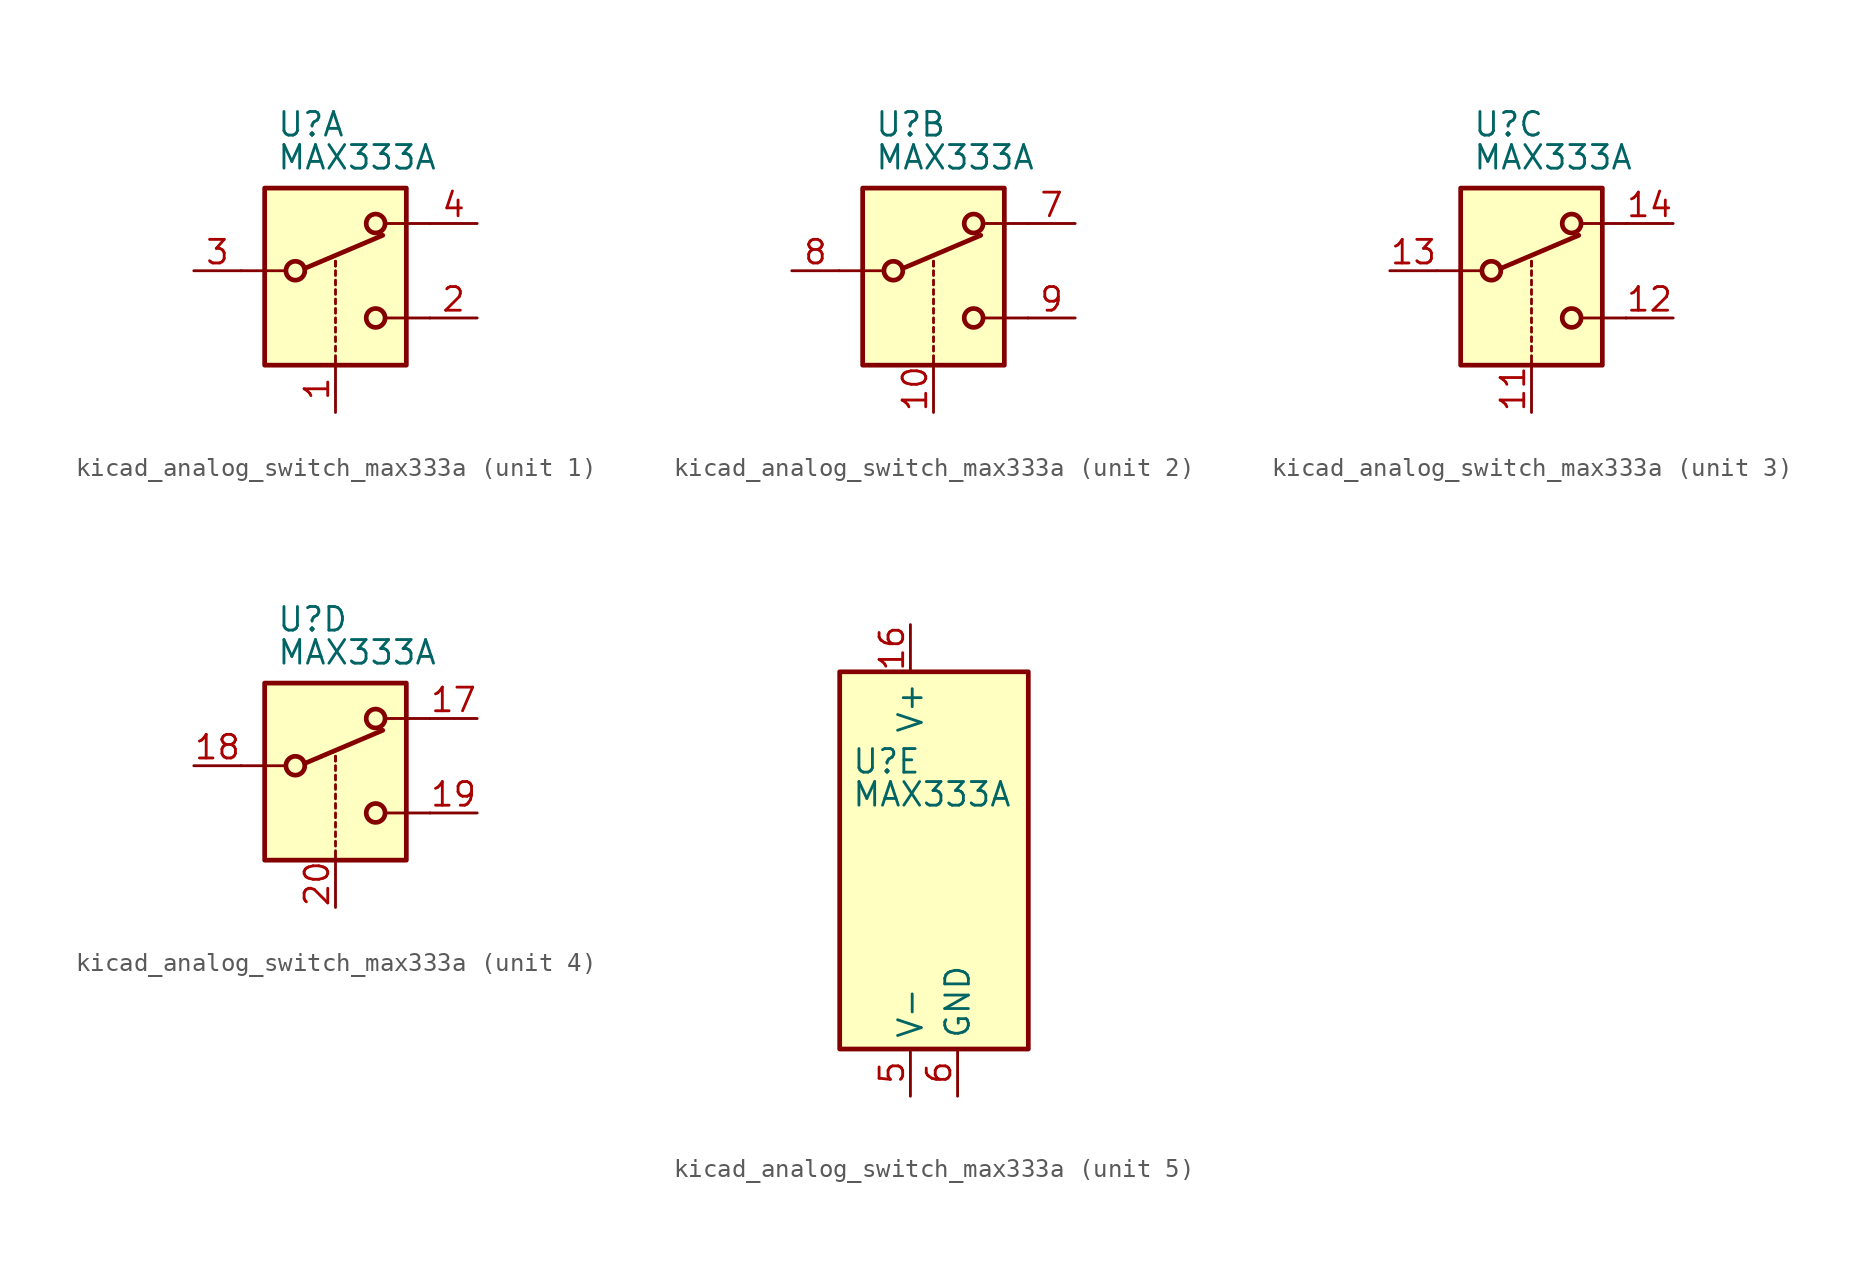
<source format=kicad_sym>
(kicad_symbol_lib
  (version 20220914)
  (generator kicad_symbol_editor)
  (symbol "kicad_analog_switch_max333a"
    (property "Reference" "U"
      (at -3.175 5.334 0)
      (effects (font (size 1.27 1.27)) (justify left)))
    (property "Value" "MAX333A"
      (at -3.175 3.556 0)
      (effects (font (size 1.27 1.27)) (justify left)))
    (symbol "kicad_analog_switch_max333a_1_1"
      (rectangle (start -3.81 1.905) (end 3.81 -7.62) (stroke (width 0.254) (type default)) (fill (type background)))
      (circle (center -2.159 -2.54) (radius 0.508) (stroke (width 0.254) (type default)) (fill (type none)))
      (polyline (pts (xy -5.08 -2.54) (xy -2.794 -2.54)) (stroke (width 0) (type default)) (fill (type none)))
      (polyline (pts (xy -1.651 -2.413) (xy 2.54 -0.635)) (stroke (width 0.254) (type default)) (fill (type none)))
      (polyline (pts (xy 0 -7.62) (xy 0 -7.112)) (stroke (width 0) (type default)) (fill (type none)))
      (polyline (pts (xy 0 -6.858) (xy 0 -6.604)) (stroke (width 0) (type default)) (fill (type none)))
      (polyline (pts (xy 0 -6.35) (xy 0 -6.096)) (stroke (width 0) (type default)) (fill (type none)))
      (polyline (pts (xy 0 -5.842) (xy 0 -5.588)) (stroke (width 0) (type default)) (fill (type none)))
      (polyline (pts (xy 0 -5.334) (xy 0 -5.08)) (stroke (width 0) (type default)) (fill (type none)))
      (polyline (pts (xy 0 -4.826) (xy 0 -4.572)) (stroke (width 0) (type default)) (fill (type none)))
      (polyline (pts (xy 0 -4.318) (xy 0 -4.064)) (stroke (width 0) (type default)) (fill (type none)))
      (polyline (pts (xy 0 -3.81) (xy 0 -3.556)) (stroke (width 0) (type default)) (fill (type none)))
      (polyline (pts (xy 0 -3.302) (xy 0 -3.048)) (stroke (width 0) (type default)) (fill (type none)))
      (polyline (pts (xy 0 -2.794) (xy 0 -2.54)) (stroke (width 0) (type default)) (fill (type none)))
      (polyline (pts (xy 0 -2.286) (xy 0 -2.032)) (stroke (width 0) (type default)) (fill (type none)))
      (polyline (pts (xy 0 -2.286) (xy 0 -2.032)) (stroke (width 0) (type default)) (fill (type none)))
      (polyline (pts (xy 5.08 -5.08) (xy 2.794 -5.08)) (stroke (width 0) (type default)) (fill (type none)))
      (polyline (pts (xy 5.08 0) (xy 2.794 0)) (stroke (width 0) (type default)) (fill (type none)))
      (circle (center 2.159 -5.08) (radius 0.508) (stroke (width 0.254) (type default)) (fill (type none)))
      (circle (center 2.159 0) (radius 0.508) (stroke (width 0.254) (type default)) (fill (type none)))
      (pin input line (at 0 -10.16 90) (length 2.54) (name "~" (effects (font (size 1.27 1.27)))) (number "1" (effects (font (size 1.27 1.27)))))
      (pin passive line (at 7.62 -5.08 180) (length 2.54) (name "~" (effects (font (size 1.27 1.27)))) (number "2" (effects (font (size 1.27 1.27)))))
      (pin passive line (at -7.62 -2.54 0) (length 2.54) (name "~" (effects (font (size 1.27 1.27)))) (number "3" (effects (font (size 1.27 1.27)))))
      (pin passive line (at 7.62 0 180) (length 2.54) (name "~" (effects (font (size 1.27 1.27)))) (number "4" (effects (font (size 1.27 1.27))))))
    (symbol "kicad_analog_switch_max333a_2_1"
      (rectangle (start -3.81 1.905) (end 3.81 -7.62) (stroke (width 0.254) (type default)) (fill (type background)))
      (circle (center -2.159 -2.54) (radius 0.508) (stroke (width 0.254) (type default)) (fill (type none)))
      (polyline (pts (xy -5.08 -2.54) (xy -2.794 -2.54)) (stroke (width 0) (type default)) (fill (type none)))
      (polyline (pts (xy -1.651 -2.413) (xy 2.54 -0.635)) (stroke (width 0.254) (type default)) (fill (type none)))
      (polyline (pts (xy 0 -7.62) (xy 0 -7.112)) (stroke (width 0) (type default)) (fill (type none)))
      (polyline (pts (xy 0 -6.858) (xy 0 -6.604)) (stroke (width 0) (type default)) (fill (type none)))
      (polyline (pts (xy 0 -6.35) (xy 0 -6.096)) (stroke (width 0) (type default)) (fill (type none)))
      (polyline (pts (xy 0 -5.842) (xy 0 -5.588)) (stroke (width 0) (type default)) (fill (type none)))
      (polyline (pts (xy 0 -5.334) (xy 0 -5.08)) (stroke (width 0) (type default)) (fill (type none)))
      (polyline (pts (xy 0 -4.826) (xy 0 -4.572)) (stroke (width 0) (type default)) (fill (type none)))
      (polyline (pts (xy 0 -4.318) (xy 0 -4.064)) (stroke (width 0) (type default)) (fill (type none)))
      (polyline (pts (xy 0 -3.81) (xy 0 -3.556)) (stroke (width 0) (type default)) (fill (type none)))
      (polyline (pts (xy 0 -3.302) (xy 0 -3.048)) (stroke (width 0) (type default)) (fill (type none)))
      (polyline (pts (xy 0 -2.794) (xy 0 -2.54)) (stroke (width 0) (type default)) (fill (type none)))
      (polyline (pts (xy 0 -2.286) (xy 0 -2.032)) (stroke (width 0) (type default)) (fill (type none)))
      (polyline (pts (xy 0 -2.286) (xy 0 -2.032)) (stroke (width 0) (type default)) (fill (type none)))
      (polyline (pts (xy 5.08 -5.08) (xy 2.794 -5.08)) (stroke (width 0) (type default)) (fill (type none)))
      (polyline (pts (xy 5.08 0) (xy 2.794 0)) (stroke (width 0) (type default)) (fill (type none)))
      (circle (center 2.159 -5.08) (radius 0.508) (stroke (width 0.254) (type default)) (fill (type none)))
      (circle (center 2.159 0) (radius 0.508) (stroke (width 0.254) (type default)) (fill (type none)))
      (pin input line (at 0 -10.16 90) (length 2.54) (name "~" (effects (font (size 1.27 1.27)))) (number "10" (effects (font (size 1.27 1.27)))))
      (pin passive line (at 7.62 0 180) (length 2.54) (name "~" (effects (font (size 1.27 1.27)))) (number "7" (effects (font (size 1.27 1.27)))))
      (pin passive line (at -7.62 -2.54 0) (length 2.54) (name "~" (effects (font (size 1.27 1.27)))) (number "8" (effects (font (size 1.27 1.27)))))
      (pin passive line (at 7.62 -5.08 180) (length 2.54) (name "~" (effects (font (size 1.27 1.27)))) (number "9" (effects (font (size 1.27 1.27))))))
    (symbol "kicad_analog_switch_max333a_3_1"
      (rectangle (start -3.81 1.905) (end 3.81 -7.62) (stroke (width 0.254) (type default)) (fill (type background)))
      (circle (center -2.159 -2.54) (radius 0.508) (stroke (width 0.254) (type default)) (fill (type none)))
      (polyline (pts (xy -5.08 -2.54) (xy -2.794 -2.54)) (stroke (width 0) (type default)) (fill (type none)))
      (polyline (pts (xy -1.651 -2.413) (xy 2.54 -0.635)) (stroke (width 0.254) (type default)) (fill (type none)))
      (polyline (pts (xy 0 -7.62) (xy 0 -7.112)) (stroke (width 0) (type default)) (fill (type none)))
      (polyline (pts (xy 0 -6.858) (xy 0 -6.604)) (stroke (width 0) (type default)) (fill (type none)))
      (polyline (pts (xy 0 -6.35) (xy 0 -6.096)) (stroke (width 0) (type default)) (fill (type none)))
      (polyline (pts (xy 0 -5.842) (xy 0 -5.588)) (stroke (width 0) (type default)) (fill (type none)))
      (polyline (pts (xy 0 -5.334) (xy 0 -5.08)) (stroke (width 0) (type default)) (fill (type none)))
      (polyline (pts (xy 0 -4.826) (xy 0 -4.572)) (stroke (width 0) (type default)) (fill (type none)))
      (polyline (pts (xy 0 -4.318) (xy 0 -4.064)) (stroke (width 0) (type default)) (fill (type none)))
      (polyline (pts (xy 0 -3.81) (xy 0 -3.556)) (stroke (width 0) (type default)) (fill (type none)))
      (polyline (pts (xy 0 -3.302) (xy 0 -3.048)) (stroke (width 0) (type default)) (fill (type none)))
      (polyline (pts (xy 0 -2.794) (xy 0 -2.54)) (stroke (width 0) (type default)) (fill (type none)))
      (polyline (pts (xy 0 -2.286) (xy 0 -2.032)) (stroke (width 0) (type default)) (fill (type none)))
      (polyline (pts (xy 0 -2.286) (xy 0 -2.032)) (stroke (width 0) (type default)) (fill (type none)))
      (polyline (pts (xy 5.08 -5.08) (xy 2.794 -5.08)) (stroke (width 0) (type default)) (fill (type none)))
      (polyline (pts (xy 5.08 0) (xy 2.794 0)) (stroke (width 0) (type default)) (fill (type none)))
      (circle (center 2.159 -5.08) (radius 0.508) (stroke (width 0.254) (type default)) (fill (type none)))
      (circle (center 2.159 0) (radius 0.508) (stroke (width 0.254) (type default)) (fill (type none)))
      (pin input line (at 0 -10.16 90) (length 2.54) (name "~" (effects (font (size 1.27 1.27)))) (number "11" (effects (font (size 1.27 1.27)))))
      (pin passive line (at 7.62 -5.08 180) (length 2.54) (name "~" (effects (font (size 1.27 1.27)))) (number "12" (effects (font (size 1.27 1.27)))))
      (pin passive line (at -7.62 -2.54 0) (length 2.54) (name "~" (effects (font (size 1.27 1.27)))) (number "13" (effects (font (size 1.27 1.27)))))
      (pin passive line (at 7.62 0 180) (length 2.54) (name "~" (effects (font (size 1.27 1.27)))) (number "14" (effects (font (size 1.27 1.27))))))
    (symbol "kicad_analog_switch_max333a_4_1"
      (rectangle (start -3.81 1.905) (end 3.81 -7.62) (stroke (width 0.254) (type default)) (fill (type background)))
      (circle (center -2.159 -2.54) (radius 0.508) (stroke (width 0.254) (type default)) (fill (type none)))
      (polyline (pts (xy -5.08 -2.54) (xy -2.794 -2.54)) (stroke (width 0) (type default)) (fill (type none)))
      (polyline (pts (xy -1.651 -2.413) (xy 2.54 -0.635)) (stroke (width 0.254) (type default)) (fill (type none)))
      (polyline (pts (xy 0 -7.62) (xy 0 -7.112)) (stroke (width 0) (type default)) (fill (type none)))
      (polyline (pts (xy 0 -6.858) (xy 0 -6.604)) (stroke (width 0) (type default)) (fill (type none)))
      (polyline (pts (xy 0 -6.35) (xy 0 -6.096)) (stroke (width 0) (type default)) (fill (type none)))
      (polyline (pts (xy 0 -5.842) (xy 0 -5.588)) (stroke (width 0) (type default)) (fill (type none)))
      (polyline (pts (xy 0 -5.334) (xy 0 -5.08)) (stroke (width 0) (type default)) (fill (type none)))
      (polyline (pts (xy 0 -4.826) (xy 0 -4.572)) (stroke (width 0) (type default)) (fill (type none)))
      (polyline (pts (xy 0 -4.318) (xy 0 -4.064)) (stroke (width 0) (type default)) (fill (type none)))
      (polyline (pts (xy 0 -3.81) (xy 0 -3.556)) (stroke (width 0) (type default)) (fill (type none)))
      (polyline (pts (xy 0 -3.302) (xy 0 -3.048)) (stroke (width 0) (type default)) (fill (type none)))
      (polyline (pts (xy 0 -2.794) (xy 0 -2.54)) (stroke (width 0) (type default)) (fill (type none)))
      (polyline (pts (xy 0 -2.286) (xy 0 -2.032)) (stroke (width 0) (type default)) (fill (type none)))
      (polyline (pts (xy 0 -2.286) (xy 0 -2.032)) (stroke (width 0) (type default)) (fill (type none)))
      (polyline (pts (xy 5.08 -5.08) (xy 2.794 -5.08)) (stroke (width 0) (type default)) (fill (type none)))
      (polyline (pts (xy 5.08 0) (xy 2.794 0)) (stroke (width 0) (type default)) (fill (type none)))
      (circle (center 2.159 -5.08) (radius 0.508) (stroke (width 0.254) (type default)) (fill (type none)))
      (circle (center 2.159 0) (radius 0.508) (stroke (width 0.254) (type default)) (fill (type none)))
      (pin passive line (at 7.62 0 180) (length 2.54) (name "~" (effects (font (size 1.27 1.27)))) (number "17" (effects (font (size 1.27 1.27)))))
      (pin passive line (at -7.62 -2.54 0) (length 2.54) (name "~" (effects (font (size 1.27 1.27)))) (number "18" (effects (font (size 1.27 1.27)))))
      (pin passive line (at 7.62 -5.08 180) (length 2.54) (name "~" (effects (font (size 1.27 1.27)))) (number "19" (effects (font (size 1.27 1.27)))))
      (pin input line (at 0 -10.16 90) (length 2.54) (name "~" (effects (font (size 1.27 1.27)))) (number "20" (effects (font (size 1.27 1.27))))))
    (symbol "kicad_analog_switch_max333a_5_0"
      (pin no_connect line (at 2.54 10.16 270) (length 2.54) hide (name "NC" (effects (font (size 1.27 1.27)))) (number "15" (effects (font (size 1.27 1.27)))))
      (pin power_in line (at 0 12.7 270) (length 2.54) (name "V+" (effects (font (size 1.27 1.27)))) (number "16" (effects (font (size 1.27 1.27)))))
      (pin power_in line (at 0 -12.7 90) (length 2.54) (name "V-" (effects (font (size 1.27 1.27)))) (number "5" (effects (font (size 1.27 1.27)))))
      (pin power_in line (at 2.54 -12.7 90) (length 2.54) (name "GND" (effects (font (size 1.27 1.27)))) (number "6" (effects (font (size 1.27 1.27))))))
    (symbol "kicad_analog_switch_max333a_5_1"
      (rectangle (start -3.81 10.16) (end 6.35 -10.16) (stroke (width 0.254) (type default)) (fill (type background))))))
</source>
